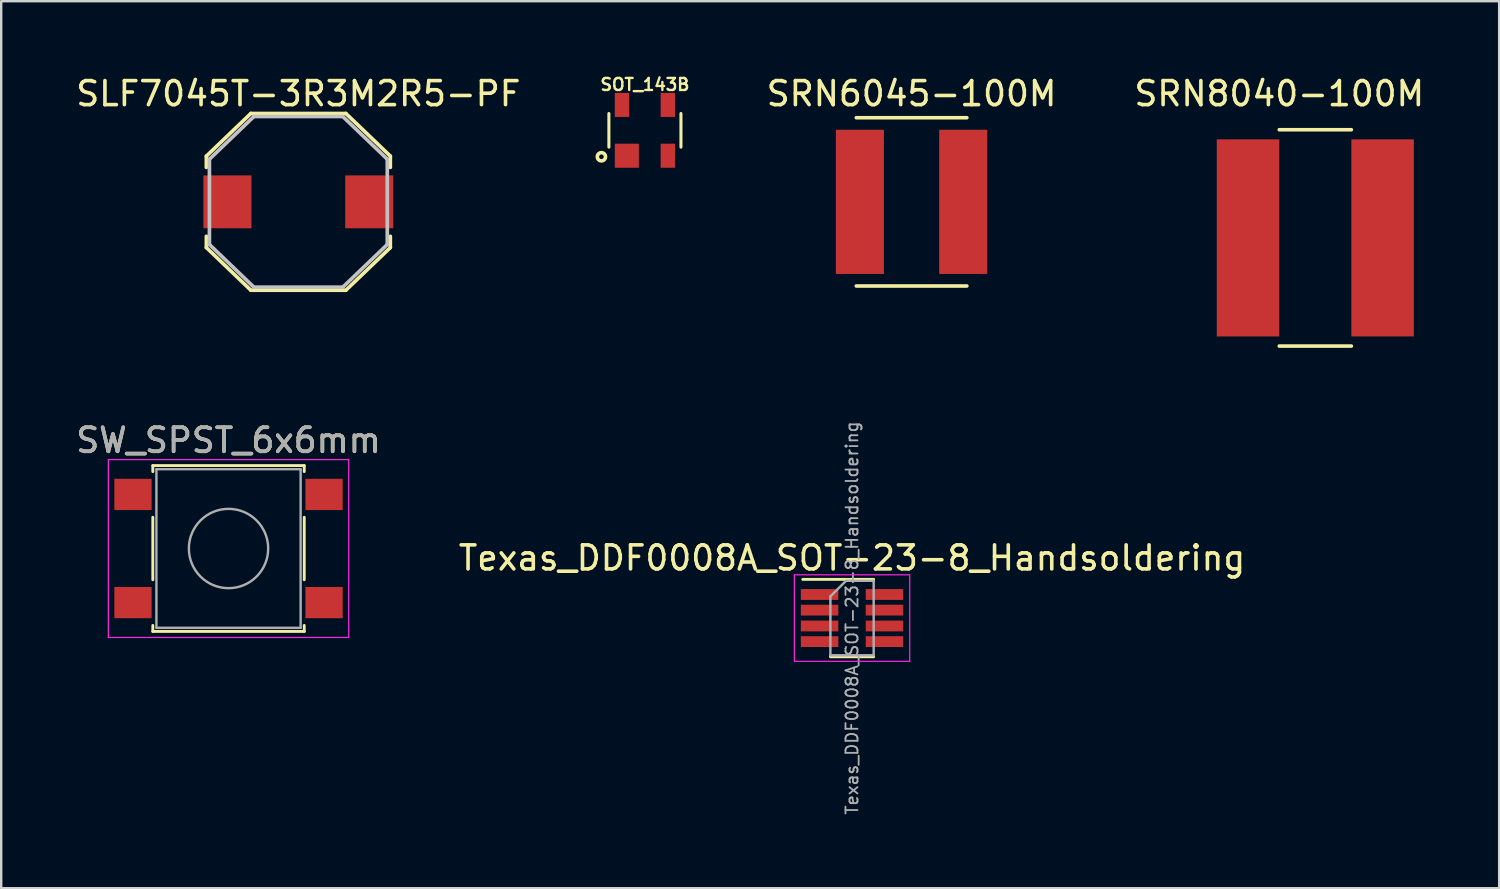
<source format=kicad_pcb>
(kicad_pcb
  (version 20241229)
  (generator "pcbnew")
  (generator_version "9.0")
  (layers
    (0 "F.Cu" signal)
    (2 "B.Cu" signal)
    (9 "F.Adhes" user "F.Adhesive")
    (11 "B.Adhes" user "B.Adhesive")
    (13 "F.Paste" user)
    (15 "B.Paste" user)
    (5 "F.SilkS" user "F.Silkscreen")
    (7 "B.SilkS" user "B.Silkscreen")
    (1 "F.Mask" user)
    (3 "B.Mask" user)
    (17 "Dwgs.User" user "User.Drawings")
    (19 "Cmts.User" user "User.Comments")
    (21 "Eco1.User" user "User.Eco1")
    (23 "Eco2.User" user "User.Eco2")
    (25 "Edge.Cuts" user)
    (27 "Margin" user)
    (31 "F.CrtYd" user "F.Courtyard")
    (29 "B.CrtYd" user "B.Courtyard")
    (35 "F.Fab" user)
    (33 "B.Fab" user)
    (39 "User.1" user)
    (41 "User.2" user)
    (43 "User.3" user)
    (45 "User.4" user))
  (footprint "SRN6045-100M"
    (layer "F.Cu")
    (at 34.876 5.348)
    (property "Reference" "SRN6045-100M" (at 0 -4.5 0) (layer "F.SilkS") (effects (font (size 1 1) (thickness 0.15))))
    (attr through_hole)
    (fp_line (start -2.3 -3.5) (end 2.3 -3.5) (stroke (width 0.15) (type solid)) (layer "F.SilkS"))
    (fp_line (start -2.3 3.5) (end 2.3 3.5) (stroke (width 0.15) (type solid)) (layer "F.SilkS"))
    (pad "1" smd rect (at 2.15 0) (size 2 6) (layers "F.Cu" "F.Mask" "F.Paste"))
    (pad "2" smd rect (at -2.15 0) (size 2 6) (layers "F.Cu" "F.Mask" "F.Paste")))
  (footprint "SRN8040-100M"
    (layer "F.Cu")
    (at 51.674 6.848)
    (property "Reference" "SRN8040-100M" (at -1.5 -6 0) (layer "F.SilkS") (effects (font (size 1 1) (thickness 0.15))))
    (attr through_hole)
    (fp_line (start -1.5 -4.5) (end 1.5 -4.5) (stroke (width 0.15) (type solid)) (layer "F.SilkS"))
    (fp_line (start -1.5 4.5) (end 1.5 4.5) (stroke (width 0.15) (type solid)) (layer "F.SilkS"))
    (pad "1" smd rect (at 2.8 0) (size 2.6 8.2) (layers "F.Cu" "F.Mask" "F.Paste"))
    (pad "2" smd rect (at -2.8 0) (size 2.6 8.2) (layers "F.Cu" "F.Mask" "F.Paste")))
  (footprint "SLF7045T-3R3M2R5-PF"
    (layer "F.Cu")
    (at 9.363 5.348)
    (property "Reference" "SLF7045T-3R3M2R5-PF" (at 0 -4.5 0) (layer "F.SilkS") (effects (font (size 1 1) (thickness 0.15))))
    (attr through_hole)
    (fp_line (start -3.827 -1.902) (end -3.827 -1.433) (stroke (width 0.152) (type solid)) (layer "F.SilkS"))
    (fp_line (start -3.827 1.433) (end -3.827 1.902) (stroke (width 0.152) (type solid)) (layer "F.SilkS"))
    (fp_line (start -3.827 1.902) (end -1.977 3.677) (stroke (width 0.152) (type solid)) (layer "F.SilkS"))
    (fp_line (start -1.977 -3.677) (end -3.827 -1.902) (stroke (width 0.152) (type solid)) (layer "F.SilkS"))
    (fp_line (start -1.977 3.677) (end 1.977 3.677) (stroke (width 0.152) (type solid)) (layer "F.SilkS"))
    (fp_line (start 1.977 -3.677) (end -1.977 -3.677) (stroke (width 0.152) (type solid)) (layer "F.SilkS"))
    (fp_line (start 1.977 3.677) (end 3.827 1.902) (stroke (width 0.152) (type solid)) (layer "F.SilkS"))
    (fp_line (start 3.827 -1.902) (end 1.977 -3.677) (stroke (width 0.152) (type solid)) (layer "F.SilkS"))
    (fp_line (start 3.827 -1.433) (end 3.827 -1.902) (stroke (width 0.152) (type solid)) (layer "F.SilkS"))
    (fp_line (start 3.827 1.902) (end 3.827 1.433) (stroke (width 0.152) (type solid)) (layer "F.SilkS"))
    (fp_line (start -3.7 -1.775) (end -3.7 1.775) (stroke (width 0.152) (type solid)) (layer "Dwgs.User"))
    (fp_line (start -3.7 1.775) (end -1.85 3.55) (stroke (width 0.152) (type solid)) (layer "Dwgs.User"))
    (fp_line (start -1.85 -3.55) (end -3.7 -1.775) (stroke (width 0.152) (type solid)) (layer "Dwgs.User"))
    (fp_line (start -1.85 3.55) (end 1.85 3.55) (stroke (width 0.152) (type solid)) (layer "Dwgs.User"))
    (fp_line (start 1.85 -3.55) (end -1.85 -3.55) (stroke (width 0.152) (type solid)) (layer "Dwgs.User"))
    (fp_line (start 1.85 3.55) (end 3.7 1.775) (stroke (width 0.152) (type solid)) (layer "Dwgs.User"))
    (fp_line (start 3.7 -1.775) (end 1.85 -3.55) (stroke (width 0.152) (type solid)) (layer "Dwgs.User"))
    (fp_line (start 3.7 1.775) (end 3.7 -1.775) (stroke (width 0.152) (type solid)) (layer "Dwgs.User"))
    (fp_text user "Copyright 2016 Accelerated Designs. All rights reserved." (at 0 0 0) (layer "Cmts.User") (effects (font (size 0.127 0.127) (thickness 0.002))))
    (pad "1" smd rect (at -2.95 0) (size 2 2.2) (layers "F.Cu" "F.Mask" "F.Paste"))
    (pad "2" smd rect (at 2.95 0) (size 2 2.2) (layers "F.Cu" "F.Mask" "F.Paste")))
  (footprint "SW_SPST_6x6mm"
    (layer "F.Cu")
    (at 6.458 19.771)
    (property "Reference" "SW_SPST_6x6mm" (at 0 -4.5 0) (layer "F.SilkS") (effects (font (size 1 1) (thickness 0.15))))
    (attr smd)
    (fp_line (start -3.15 -3.45) (end 3.15 -3.45) (stroke (width 0.12) (type solid)) (layer "F.SilkS"))
    (fp_line (start -3.15 -3.2) (end -3.15 -3.45) (stroke (width 0.12) (type solid)) (layer "F.SilkS"))
    (fp_line (start -3.15 1.3) (end -3.15 -1.3) (stroke (width 0.12) (type solid)) (layer "F.SilkS"))
    (fp_line (start -3.15 3.45) (end -3.15 3.2) (stroke (width 0.12) (type solid)) (layer "F.SilkS"))
    (fp_line (start 3.15 -3.45) (end 3.15 -3.2) (stroke (width 0.12) (type solid)) (layer "F.SilkS"))
    (fp_line (start 3.15 -1.3) (end 3.15 1.3) (stroke (width 0.12) (type solid)) (layer "F.SilkS"))
    (fp_line (start 3.15 3.2) (end 3.15 3.45) (stroke (width 0.12) (type solid)) (layer "F.SilkS"))
    (fp_line (start 3.15 3.45) (end -3.15 3.45) (stroke (width 0.12) (type solid)) (layer "F.SilkS"))
    (fp_line (start -5 -3.7) (end -5 3.7) (stroke (width 0.05) (type solid)) (layer "F.CrtYd"))
    (fp_line (start -5 3.7) (end 5 3.7) (stroke (width 0.05) (type solid)) (layer "F.CrtYd"))
    (fp_line (start 5 -3.7) (end -5 -3.7) (stroke (width 0.05) (type solid)) (layer "F.CrtYd"))
    (fp_line (start 5 3.7) (end 5 -3.7) (stroke (width 0.05) (type solid)) (layer "F.CrtYd"))
    (fp_line (start -3 -3.3) (end 3 -3.3) (stroke (width 0.1) (type solid)) (layer "F.Fab"))
    (fp_line (start -3 3.3) (end -3 -3.3) (stroke (width 0.1) (type solid)) (layer "F.Fab"))
    (fp_line (start 3 -3.3) (end 3 3.3) (stroke (width 0.1) (type solid)) (layer "F.Fab"))
    (fp_line (start 3 3.3) (end -3 3.3) (stroke (width 0.1) (type solid)) (layer "F.Fab"))
    (fp_circle (center 0 0) (end 1.65 0) (stroke (width 0.1) (type solid)) (fill no) (layer "F.Fab"))
    (fp_text user "${REFERENCE}" (at 0 -4.5 0) (layer "F.Fab") (effects (font (size 1 1) (thickness 0.15))))
    (pad "1" smd rect (at -3.975 -2.25) (size 1.55 1.3) (layers "F.Cu" "F.Mask" "F.Paste"))
    (pad "1" smd rect (at 3.975 -2.25) (size 1.55 1.3) (layers "F.Cu" "F.Mask" "F.Paste"))
    (pad "2" smd rect (at -3.975 2.25) (size 1.55 1.3) (layers "F.Cu" "F.Mask" "F.Paste"))
    (pad "2" smd rect (at 3.975 2.25) (size 1.55 1.3) (layers "F.Cu" "F.Mask" "F.Paste")))
  (footprint "Texas_DDF0008A_SOT-23-8_Handsoldering"
    (layer "F.Cu")
    (at 32.399 22.664)
    (property "Reference" "Texas_DDF0008A_SOT-23-8_Handsoldering" (at 0 -2.5 0) (layer "F.SilkS") (effects (font (size 1 1) (thickness 0.15))))
    (attr smd)
    (fp_line (start -0.9 1.61) (end 0.9 1.61) (stroke (width 0.12) (type solid)) (layer "F.SilkS"))
    (fp_line (start 0.9 -1.61) (end -2.05 -1.61) (stroke (width 0.12) (type solid)) (layer "F.SilkS"))
    (fp_line (start -2.4 -1.8) (end 2.4 -1.8) (stroke (width 0.05) (type solid)) (layer "F.CrtYd"))
    (fp_line (start -2.4 1.8) (end -2.4 -1.8) (stroke (width 0.05) (type solid)) (layer "F.CrtYd"))
    (fp_line (start 2.4 -1.8) (end 2.4 1.8) (stroke (width 0.05) (type solid)) (layer "F.CrtYd"))
    (fp_line (start 2.4 1.8) (end -2.4 1.8) (stroke (width 0.05) (type solid)) (layer "F.CrtYd"))
    (fp_line (start -0.9 -0.9) (end -0.9 1.55) (stroke (width 0.1) (type solid)) (layer "F.Fab"))
    (fp_line (start -0.9 -0.9) (end -0.25 -1.55) (stroke (width 0.1) (type solid)) (layer "F.Fab"))
    (fp_line (start 0.9 -1.55) (end -0.25 -1.55) (stroke (width 0.1) (type solid)) (layer "F.Fab"))
    (fp_line (start 0.9 -1.55) (end 0.9 1.55) (stroke (width 0.1) (type solid)) (layer "F.Fab"))
    (fp_line (start 0.9 1.55) (end -0.9 1.55) (stroke (width 0.1) (type solid)) (layer "F.Fab"))
    (fp_text user "${REFERENCE}" (at 0 0 90) (layer "F.Fab") (effects (font (size 0.5 0.5) (thickness 0.075))))
    (pad "1" smd rect (at -1.35 -0.98) (size 1.56 0.45) (layers "F.Cu" "F.Mask" "F.Paste"))
    (pad "2" smd rect (at -1.35 -0.33) (size 1.56 0.45) (layers "F.Cu" "F.Mask" "F.Paste"))
    (pad "3" smd rect (at -1.35 0.33) (size 1.56 0.45) (layers "F.Cu" "F.Mask" "F.Paste"))
    (pad "4" smd rect (at -1.35 0.98) (size 1.56 0.45) (layers "F.Cu" "F.Mask" "F.Paste"))
    (pad "5" smd rect (at 1.35 0.98) (size 1.56 0.45) (layers "F.Cu" "F.Mask" "F.Paste"))
    (pad "6" smd rect (at 1.35 0.33) (size 1.56 0.45) (layers "F.Cu" "F.Mask" "F.Paste"))
    (pad "7" smd rect (at 1.35 -0.33) (size 1.56 0.45) (layers "F.Cu" "F.Mask" "F.Paste"))
    (pad "8" smd rect (at 1.35 -0.98) (size 1.56 0.45) (layers "F.Cu" "F.Mask" "F.Paste")))
  (footprint "SOT_143B"
    (layer "F.Cu")
    (at 23.782 2.372)
    (property "Reference" "SOT_143B" (at 0 -1.905 0) (layer "F.SilkS") (effects (font (size 0.5 0.5) (thickness 0.099))))
    (attr through_hole)
    (fp_line (start -1.499 0.699) (end -1.499 -0.699) (stroke (width 0.127) (type solid)) (layer "F.SilkS"))
    (fp_line (start 1.499 -0.699) (end 1.499 0.699) (stroke (width 0.127) (type solid)) (layer "F.SilkS"))
    (fp_circle (center -1.81 1.1) (end -1.65 1.16) (stroke (width 0.15) (type solid)) (fill no) (layer "F.SilkS"))
    (pad "1" smd rect (at -0.752 1.057) (size 1.001 1.001) (layers "F.Cu" "F.Mask" "F.Paste"))
    (pad "2" smd rect (at 0.953 1.057) (size 0.599 1.001) (layers "F.Cu" "F.Mask" "F.Paste"))
    (pad "3" smd rect (at 0.953 -1.057) (size 0.599 1.001) (layers "F.Cu" "F.Mask" "F.Paste"))
    (pad "4" smd rect (at -0.953 -1.057) (size 0.599 1.001) (layers "F.Cu" "F.Mask" "F.Paste")))
  (gr_rect
    (start -3 -3)
    (end 59.323 33.905)
    (stroke (width 0.1) (type default))
    (fill no)
    (layer "Edge.Cuts")))
</source>
